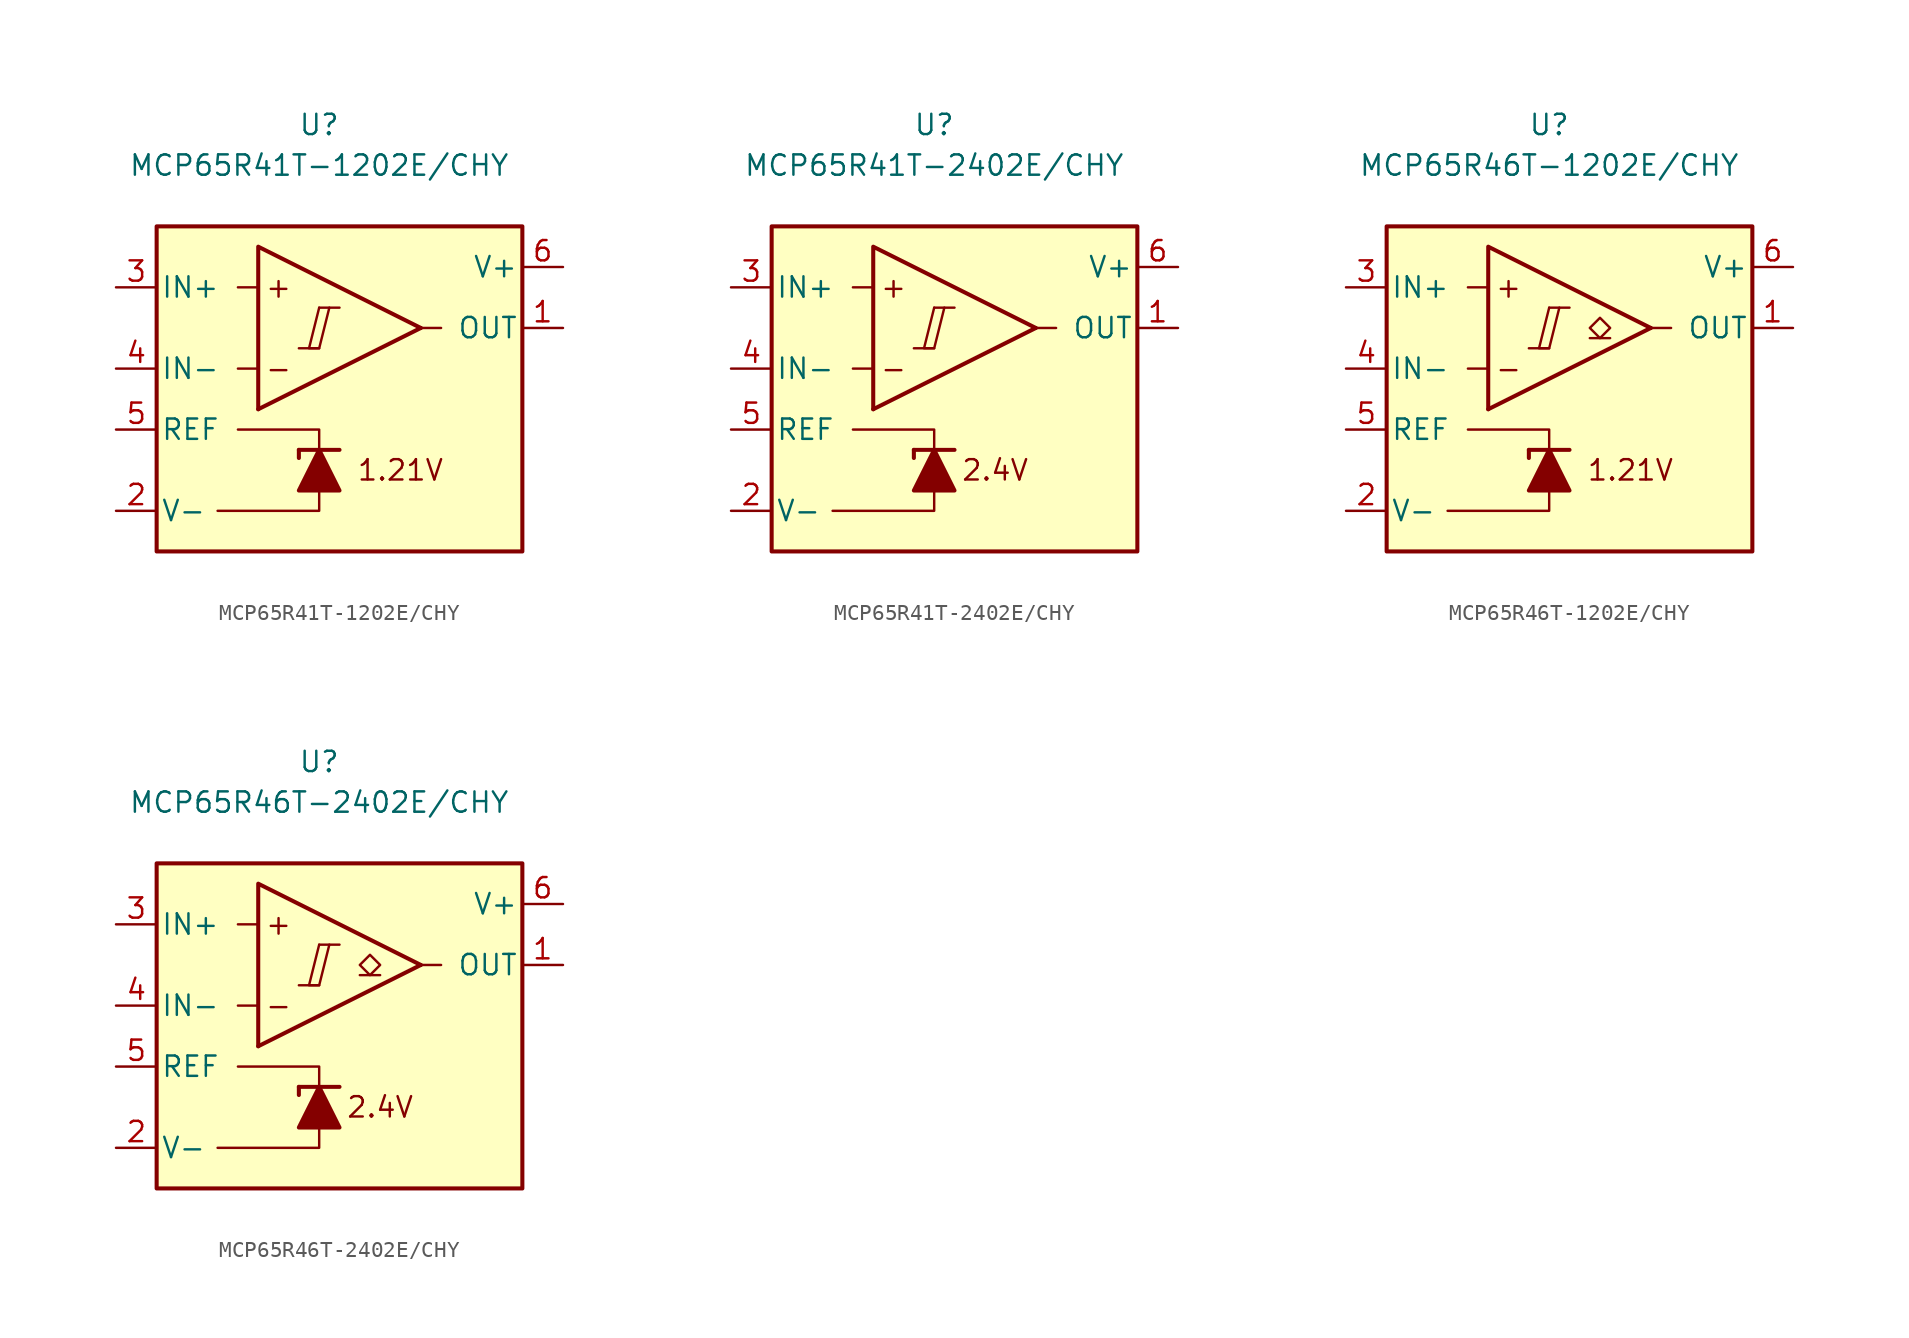
<source format=kicad_sym>
(kicad_symbol_lib
  (version 20231120)
  (generator "kicad_symbol_editor")
  (generator_version "8.0")
  (symbol "MCP65R41T-1202E/CHY"
    (pin_names
      (offset 0.254))
    (property "Reference" "U"
      (at 0 16.51 0)
      (effects (font (size 1.27 1.27))))
    (property "Value" "MCP65R41T-1202E{slash}CHY"
      (at 0 13.97 0)
      (effects (font (size 1.27 1.27))))
    (symbol "MCP65R41T-1202E/CHY_0_0"
      (polyline (pts (xy -1.27 2.54) (xy 0 2.54)) (stroke (width 0.152) (type default)) (fill (type none)))
      (polyline (pts (xy 0 5.08) (xy 1.27 5.08)) (stroke (width 0.152) (type default)) (fill (type none)))
      (polyline (pts (xy 6.35 3.81) (xy -3.81 -1.27)) (stroke (width 0.254) (type default)) (fill (type none)))
      (polyline (pts (xy 6.35 3.81) (xy -3.81 8.89) (xy -3.81 -1.27)) (stroke (width 0.254) (type default)) (fill (type background)))
      (polyline (pts (xy 0 5.08) (xy -0.635 2.54) (xy 0 2.54) (xy 0.635 5.08)) (stroke (width 0.152) (type default)) (fill (type none)))
      (text "+" (at -2.54 6.35 0) (effects (font (size 1.27 1.27))))
      (text "-" (at -2.54 1.27 0) (effects (font (size 1.27 1.27))))
      (text "1.21V" (at 5.08 -5.08 0) (effects (font (size 1.27 1.27)))))
    (symbol "MCP65R41T-1202E/CHY_0_1"
      (rectangle (start -10.16 10.16) (end 12.7 -10.16) (stroke (width 0.254) (type default)) (fill (type background)))
      (polyline (pts (xy -3.81 1.27) (xy -5.08 1.27)) (stroke (width 0) (type default)) (fill (type none)))
      (polyline (pts (xy -3.81 6.35) (xy -5.08 6.35)) (stroke (width 0) (type default)) (fill (type none)))
      (polyline (pts (xy -1.27 -3.81) (xy -1.27 -4.318)) (stroke (width 0.254) (type default)) (fill (type none)))
      (polyline (pts (xy -1.27 -3.81) (xy 1.27 -3.81)) (stroke (width 0.254) (type default)) (fill (type none)))
      (polyline (pts (xy 6.35 3.81) (xy 7.62 3.81)) (stroke (width 0) (type default)) (fill (type none)))
      (polyline (pts (xy 0 -6.35) (xy 0 -7.62) (xy -6.35 -7.62)) (stroke (width 0) (type default)) (fill (type none)))
      (polyline (pts (xy 0 -3.81) (xy 0 -2.54) (xy -5.08 -2.54)) (stroke (width 0) (type default)) (fill (type none)))
      (polyline (pts (xy 1.27 -6.35) (xy -1.27 -6.35) (xy 0 -3.81) (xy 1.27 -6.35)) (stroke (width 0.254) (type default)) (fill (type outline))))
    (symbol "MCP65R41T-1202E/CHY_1_1"
      (pin output line (at 15.24 3.81 180) (length 2.54) (name "OUT" (effects (font (size 1.27 1.27)))) (number "1" (effects (font (size 1.27 1.27)))))
      (pin power_in line (at -12.7 -7.62 0) (length 2.54) (name "V-" (effects (font (size 1.27 1.27)))) (number "2" (effects (font (size 1.27 1.27)))))
      (pin input line (at -12.7 6.35 0) (length 2.54) (name "IN+" (effects (font (size 1.27 1.27)))) (number "3" (effects (font (size 1.27 1.27)))))
      (pin input line (at -12.7 1.27 0) (length 2.54) (name "IN-" (effects (font (size 1.27 1.27)))) (number "4" (effects (font (size 1.27 1.27)))))
      (pin output line (at -12.7 -2.54 0) (length 2.54) (name "REF" (effects (font (size 1.27 1.27)))) (number "5" (effects (font (size 1.27 1.27)))))
      (pin power_in line (at 15.24 7.62 180) (length 2.54) (name "V+" (effects (font (size 1.27 1.27)))) (number "6" (effects (font (size 1.27 1.27)))))))
  (symbol "MCP65R41T-2402E/CHY"
    (pin_names
      (offset 0.254))
    (property "Reference" "U"
      (at 0 16.51 0)
      (effects (font (size 1.27 1.27))))
    (property "Value" "MCP65R41T-2402E{slash}CHY"
      (at 0 13.97 0)
      (effects (font (size 1.27 1.27))))
    (symbol "MCP65R41T-2402E/CHY_0_0"
      (polyline (pts (xy -1.27 2.54) (xy 0 2.54)) (stroke (width 0.152) (type default)) (fill (type none)))
      (polyline (pts (xy 0 5.08) (xy 1.27 5.08)) (stroke (width 0.152) (type default)) (fill (type none)))
      (polyline (pts (xy 6.35 3.81) (xy -3.81 -1.27)) (stroke (width 0.254) (type default)) (fill (type none)))
      (polyline (pts (xy 6.35 3.81) (xy -3.81 8.89) (xy -3.81 -1.27)) (stroke (width 0.254) (type default)) (fill (type background)))
      (polyline (pts (xy 0 5.08) (xy -0.635 2.54) (xy 0 2.54) (xy 0.635 5.08)) (stroke (width 0.152) (type default)) (fill (type none)))
      (text "+" (at -2.54 6.35 0) (effects (font (size 1.27 1.27))))
      (text "-" (at -2.54 1.27 0) (effects (font (size 1.27 1.27))))
      (text "2.4V" (at 3.81 -5.08 0) (effects (font (size 1.27 1.27)))))
    (symbol "MCP65R41T-2402E/CHY_0_1"
      (rectangle (start -10.16 10.16) (end 12.7 -10.16) (stroke (width 0.254) (type default)) (fill (type background)))
      (polyline (pts (xy -3.81 1.27) (xy -5.08 1.27)) (stroke (width 0) (type default)) (fill (type none)))
      (polyline (pts (xy -3.81 6.35) (xy -5.08 6.35)) (stroke (width 0) (type default)) (fill (type none)))
      (polyline (pts (xy -1.27 -3.81) (xy -1.27 -4.318)) (stroke (width 0.254) (type default)) (fill (type none)))
      (polyline (pts (xy -1.27 -3.81) (xy 1.27 -3.81)) (stroke (width 0.254) (type default)) (fill (type none)))
      (polyline (pts (xy 6.35 3.81) (xy 7.62 3.81)) (stroke (width 0) (type default)) (fill (type none)))
      (polyline (pts (xy 0 -6.35) (xy 0 -7.62) (xy -6.35 -7.62)) (stroke (width 0) (type default)) (fill (type none)))
      (polyline (pts (xy 0 -3.81) (xy 0 -2.54) (xy -5.08 -2.54)) (stroke (width 0) (type default)) (fill (type none)))
      (polyline (pts (xy 1.27 -6.35) (xy -1.27 -6.35) (xy 0 -3.81) (xy 1.27 -6.35)) (stroke (width 0.254) (type default)) (fill (type outline))))
    (symbol "MCP65R41T-2402E/CHY_1_1"
      (pin output line (at 15.24 3.81 180) (length 2.54) (name "OUT" (effects (font (size 1.27 1.27)))) (number "1" (effects (font (size 1.27 1.27)))))
      (pin power_in line (at -12.7 -7.62 0) (length 2.54) (name "V-" (effects (font (size 1.27 1.27)))) (number "2" (effects (font (size 1.27 1.27)))))
      (pin input line (at -12.7 6.35 0) (length 2.54) (name "IN+" (effects (font (size 1.27 1.27)))) (number "3" (effects (font (size 1.27 1.27)))))
      (pin input line (at -12.7 1.27 0) (length 2.54) (name "IN-" (effects (font (size 1.27 1.27)))) (number "4" (effects (font (size 1.27 1.27)))))
      (pin output line (at -12.7 -2.54 0) (length 2.54) (name "REF" (effects (font (size 1.27 1.27)))) (number "5" (effects (font (size 1.27 1.27)))))
      (pin power_in line (at 15.24 7.62 180) (length 2.54) (name "V+" (effects (font (size 1.27 1.27)))) (number "6" (effects (font (size 1.27 1.27)))))))
  (symbol "MCP65R46T-1202E/CHY"
    (pin_names
      (offset 0.254))
    (property "Reference" "U"
      (at 0 16.51 0)
      (effects (font (size 1.27 1.27))))
    (property "Value" "MCP65R46T-1202E{slash}CHY"
      (at 0 13.97 0)
      (effects (font (size 1.27 1.27))))
    (symbol "MCP65R46T-1202E/CHY_0_0"
      (polyline (pts (xy -1.27 2.54) (xy 0 2.54)) (stroke (width 0.152) (type default)) (fill (type none)))
      (polyline (pts (xy 0 5.08) (xy 1.27 5.08)) (stroke (width 0.152) (type default)) (fill (type none)))
      (polyline (pts (xy 6.35 3.81) (xy -3.81 -1.27)) (stroke (width 0.254) (type default)) (fill (type none)))
      (polyline (pts (xy 6.35 3.81) (xy -3.81 8.89) (xy -3.81 -1.27)) (stroke (width 0.254) (type default)) (fill (type background)))
      (polyline (pts (xy 0 5.08) (xy -0.635 2.54) (xy 0 2.54) (xy 0.635 5.08)) (stroke (width 0.152) (type default)) (fill (type none)))
      (text "+" (at -2.54 6.35 0) (effects (font (size 1.27 1.27))))
      (text "-" (at -2.54 1.27 0) (effects (font (size 1.27 1.27))))
      (text "1.21V" (at 5.08 -5.08 0) (effects (font (size 1.27 1.27)))))
    (symbol "MCP65R46T-1202E/CHY_0_1"
      (rectangle (start -10.16 10.16) (end 12.7 -10.16) (stroke (width 0.254) (type default)) (fill (type background)))
      (polyline (pts (xy -3.81 1.27) (xy -5.08 1.27)) (stroke (width 0) (type default)) (fill (type none)))
      (polyline (pts (xy -3.81 6.35) (xy -5.08 6.35)) (stroke (width 0) (type default)) (fill (type none)))
      (polyline (pts (xy -1.27 -3.81) (xy -1.27 -4.318)) (stroke (width 0.254) (type default)) (fill (type none)))
      (polyline (pts (xy -1.27 -3.81) (xy 1.27 -3.81)) (stroke (width 0.254) (type default)) (fill (type none)))
      (polyline (pts (xy 6.35 3.81) (xy 7.62 3.81)) (stroke (width 0) (type default)) (fill (type none)))
      (polyline (pts (xy 0 -6.35) (xy 0 -7.62) (xy -6.35 -7.62)) (stroke (width 0) (type default)) (fill (type none)))
      (polyline (pts (xy 0 -3.81) (xy 0 -2.54) (xy -5.08 -2.54)) (stroke (width 0) (type default)) (fill (type none)))
      (polyline (pts (xy 1.27 -6.35) (xy -1.27 -6.35) (xy 0 -3.81) (xy 1.27 -6.35)) (stroke (width 0.254) (type default)) (fill (type outline))))
    (symbol "MCP65R46T-1202E/CHY_1_1"
      (polyline (pts (xy 3.81 3.175) (xy 2.54 3.175)) (stroke (width 0.152) (type default)) (fill (type none)))
      (polyline (pts (xy 3.175 3.175) (xy 2.54 3.81) (xy 3.175 4.445) (xy 3.81 3.81) (xy 3.175 3.175)) (stroke (width 0.152) (type default)) (fill (type none)))
      (pin open_collector line (at 15.24 3.81 180) (length 2.54) (name "OUT" (effects (font (size 1.27 1.27)))) (number "1" (effects (font (size 1.27 1.27)))))
      (pin power_in line (at -12.7 -7.62 0) (length 2.54) (name "V-" (effects (font (size 1.27 1.27)))) (number "2" (effects (font (size 1.27 1.27)))))
      (pin input line (at -12.7 6.35 0) (length 2.54) (name "IN+" (effects (font (size 1.27 1.27)))) (number "3" (effects (font (size 1.27 1.27)))))
      (pin input line (at -12.7 1.27 0) (length 2.54) (name "IN-" (effects (font (size 1.27 1.27)))) (number "4" (effects (font (size 1.27 1.27)))))
      (pin output line (at -12.7 -2.54 0) (length 2.54) (name "REF" (effects (font (size 1.27 1.27)))) (number "5" (effects (font (size 1.27 1.27)))))
      (pin power_in line (at 15.24 7.62 180) (length 2.54) (name "V+" (effects (font (size 1.27 1.27)))) (number "6" (effects (font (size 1.27 1.27)))))))
  (symbol "MCP65R46T-2402E/CHY"
    (pin_names
      (offset 0.254))
    (property "Reference" "U"
      (at 0 16.51 0)
      (effects (font (size 1.27 1.27))))
    (property "Value" "MCP65R46T-2402E{slash}CHY"
      (at 0 13.97 0)
      (effects (font (size 1.27 1.27))))
    (symbol "MCP65R46T-2402E/CHY_0_0"
      (polyline (pts (xy -1.27 2.54) (xy 0 2.54)) (stroke (width 0.152) (type default)) (fill (type none)))
      (polyline (pts (xy 0 5.08) (xy 1.27 5.08)) (stroke (width 0.152) (type default)) (fill (type none)))
      (polyline (pts (xy 6.35 3.81) (xy -3.81 -1.27)) (stroke (width 0.254) (type default)) (fill (type none)))
      (polyline (pts (xy 6.35 3.81) (xy -3.81 8.89) (xy -3.81 -1.27)) (stroke (width 0.254) (type default)) (fill (type background)))
      (polyline (pts (xy 0 5.08) (xy -0.635 2.54) (xy 0 2.54) (xy 0.635 5.08)) (stroke (width 0.152) (type default)) (fill (type none)))
      (text "+" (at -2.54 6.35 0) (effects (font (size 1.27 1.27))))
      (text "-" (at -2.54 1.27 0) (effects (font (size 1.27 1.27))))
      (text "2.4V" (at 3.81 -5.08 0) (effects (font (size 1.27 1.27)))))
    (symbol "MCP65R46T-2402E/CHY_0_1"
      (rectangle (start -10.16 10.16) (end 12.7 -10.16) (stroke (width 0.254) (type default)) (fill (type background)))
      (polyline (pts (xy -3.81 1.27) (xy -5.08 1.27)) (stroke (width 0) (type default)) (fill (type none)))
      (polyline (pts (xy -3.81 6.35) (xy -5.08 6.35)) (stroke (width 0) (type default)) (fill (type none)))
      (polyline (pts (xy -1.27 -3.81) (xy -1.27 -4.318)) (stroke (width 0.254) (type default)) (fill (type none)))
      (polyline (pts (xy -1.27 -3.81) (xy 1.27 -3.81)) (stroke (width 0.254) (type default)) (fill (type none)))
      (polyline (pts (xy 6.35 3.81) (xy 7.62 3.81)) (stroke (width 0) (type default)) (fill (type none)))
      (polyline (pts (xy 0 -6.35) (xy 0 -7.62) (xy -6.35 -7.62)) (stroke (width 0) (type default)) (fill (type none)))
      (polyline (pts (xy 0 -3.81) (xy 0 -2.54) (xy -5.08 -2.54)) (stroke (width 0) (type default)) (fill (type none)))
      (polyline (pts (xy 1.27 -6.35) (xy -1.27 -6.35) (xy 0 -3.81) (xy 1.27 -6.35)) (stroke (width 0.254) (type default)) (fill (type outline))))
    (symbol "MCP65R46T-2402E/CHY_1_1"
      (polyline (pts (xy 3.81 3.175) (xy 2.54 3.175)) (stroke (width 0.152) (type default)) (fill (type none)))
      (polyline (pts (xy 3.175 3.175) (xy 2.54 3.81) (xy 3.175 4.445) (xy 3.81 3.81) (xy 3.175 3.175)) (stroke (width 0.152) (type default)) (fill (type none)))
      (pin open_collector line (at 15.24 3.81 180) (length 2.54) (name "OUT" (effects (font (size 1.27 1.27)))) (number "1" (effects (font (size 1.27 1.27)))))
      (pin power_in line (at -12.7 -7.62 0) (length 2.54) (name "V-" (effects (font (size 1.27 1.27)))) (number "2" (effects (font (size 1.27 1.27)))))
      (pin input line (at -12.7 6.35 0) (length 2.54) (name "IN+" (effects (font (size 1.27 1.27)))) (number "3" (effects (font (size 1.27 1.27)))))
      (pin input line (at -12.7 1.27 0) (length 2.54) (name "IN-" (effects (font (size 1.27 1.27)))) (number "4" (effects (font (size 1.27 1.27)))))
      (pin output line (at -12.7 -2.54 0) (length 2.54) (name "REF" (effects (font (size 1.27 1.27)))) (number "5" (effects (font (size 1.27 1.27)))))
      (pin power_in line (at 15.24 7.62 180) (length 2.54) (name "V+" (effects (font (size 1.27 1.27)))) (number "6" (effects (font (size 1.27 1.27))))))))
</source>
